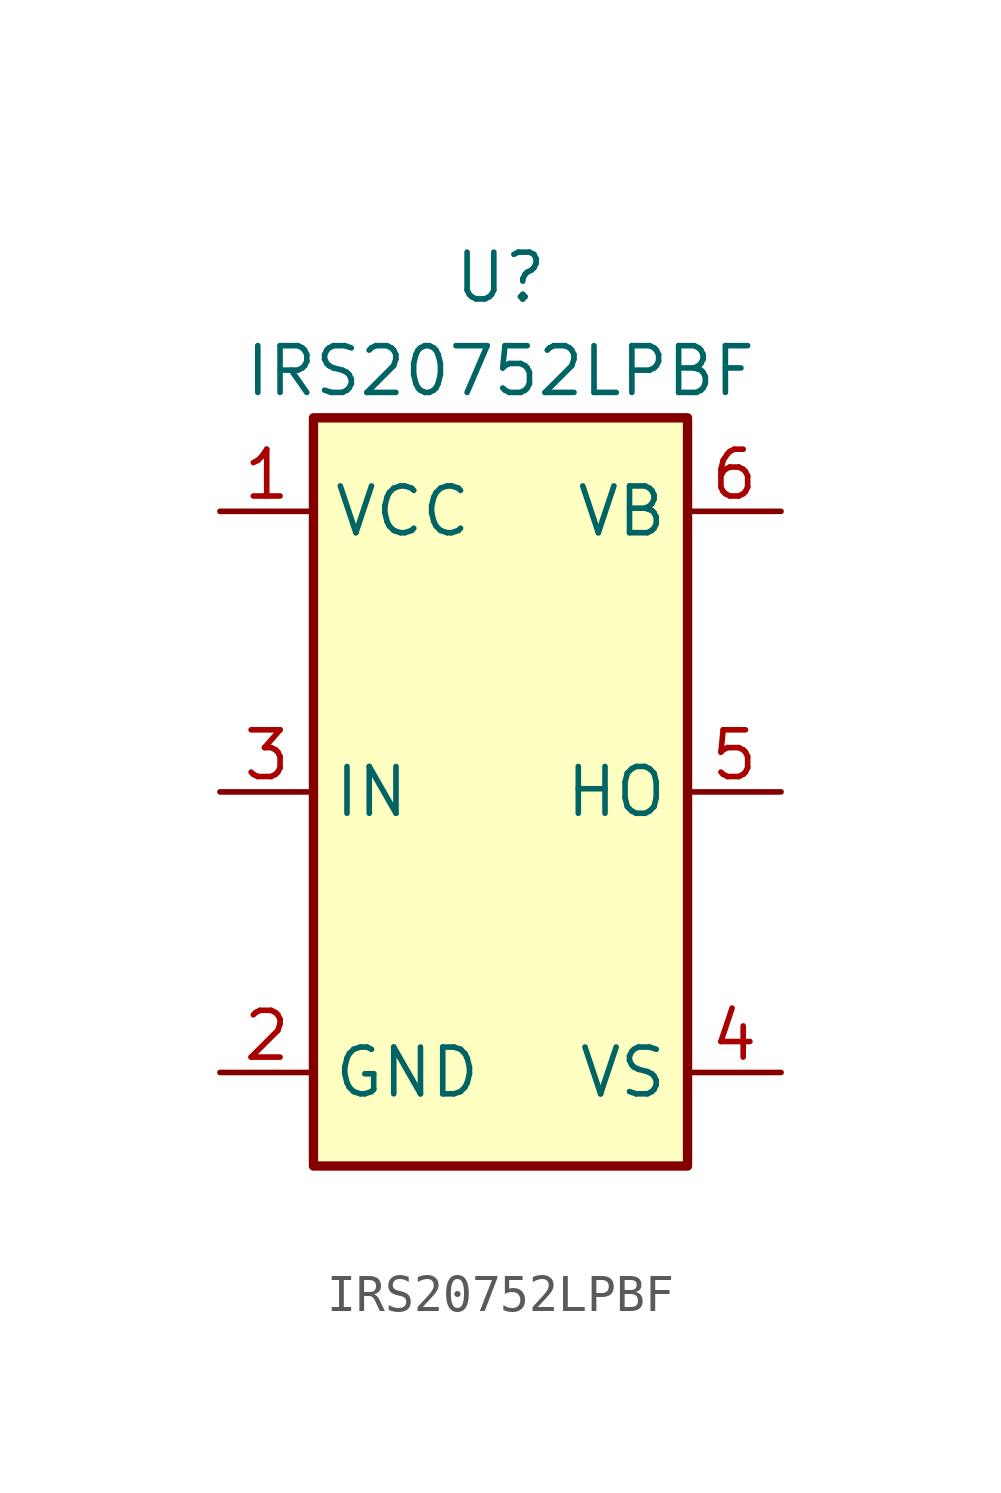
<source format=kicad_sym>
(kicad_symbol_lib
  (version 20211014)
  (generator kicad_symbol_editor)
  (symbol "IRS20752LPBF"
    (property "Reference" "U"
      (at 0 13.97 0)
      (effects (font (size 1.27 1.27))))
    (property "Value" "IRS20752LPBF"
      (at 0 11.43 0)
      (effects (font (size 1.27 1.27))))
    (symbol "IRS20752LPBF_0_1"
      (rectangle (start -5.08 10.16) (end 5.08 -10.16) (stroke (width 0.254) (type default) (color 0 0 0 0)) (fill (type background))))
    (symbol "IRS20752LPBF_1_1"
      (pin power_in line (at -7.62 7.62 0) (length 2.54) (name "VCC" (effects (font (size 1.27 1.27)))) (number "1" (effects (font (size 1.27 1.27)))))
      (pin power_out line (at -7.62 -7.62 0) (length 2.54) (name "GND" (effects (font (size 1.27 1.27)))) (number "2" (effects (font (size 1.27 1.27)))))
      (pin input line (at -7.62 0 0) (length 2.54) (name "IN" (effects (font (size 1.27 1.27)))) (number "3" (effects (font (size 1.27 1.27)))))
      (pin power_in line (at 7.62 -7.62 180) (length 2.54) (name "VS" (effects (font (size 1.27 1.27)))) (number "4" (effects (font (size 1.27 1.27)))))
      (pin output line (at 7.62 0 180) (length 2.54) (name "HO" (effects (font (size 1.27 1.27)))) (number "5" (effects (font (size 1.27 1.27)))))
      (pin power_in line (at 7.62 7.62 180) (length 2.54) (name "VB" (effects (font (size 1.27 1.27)))) (number "6" (effects (font (size 1.27 1.27))))))))
</source>
